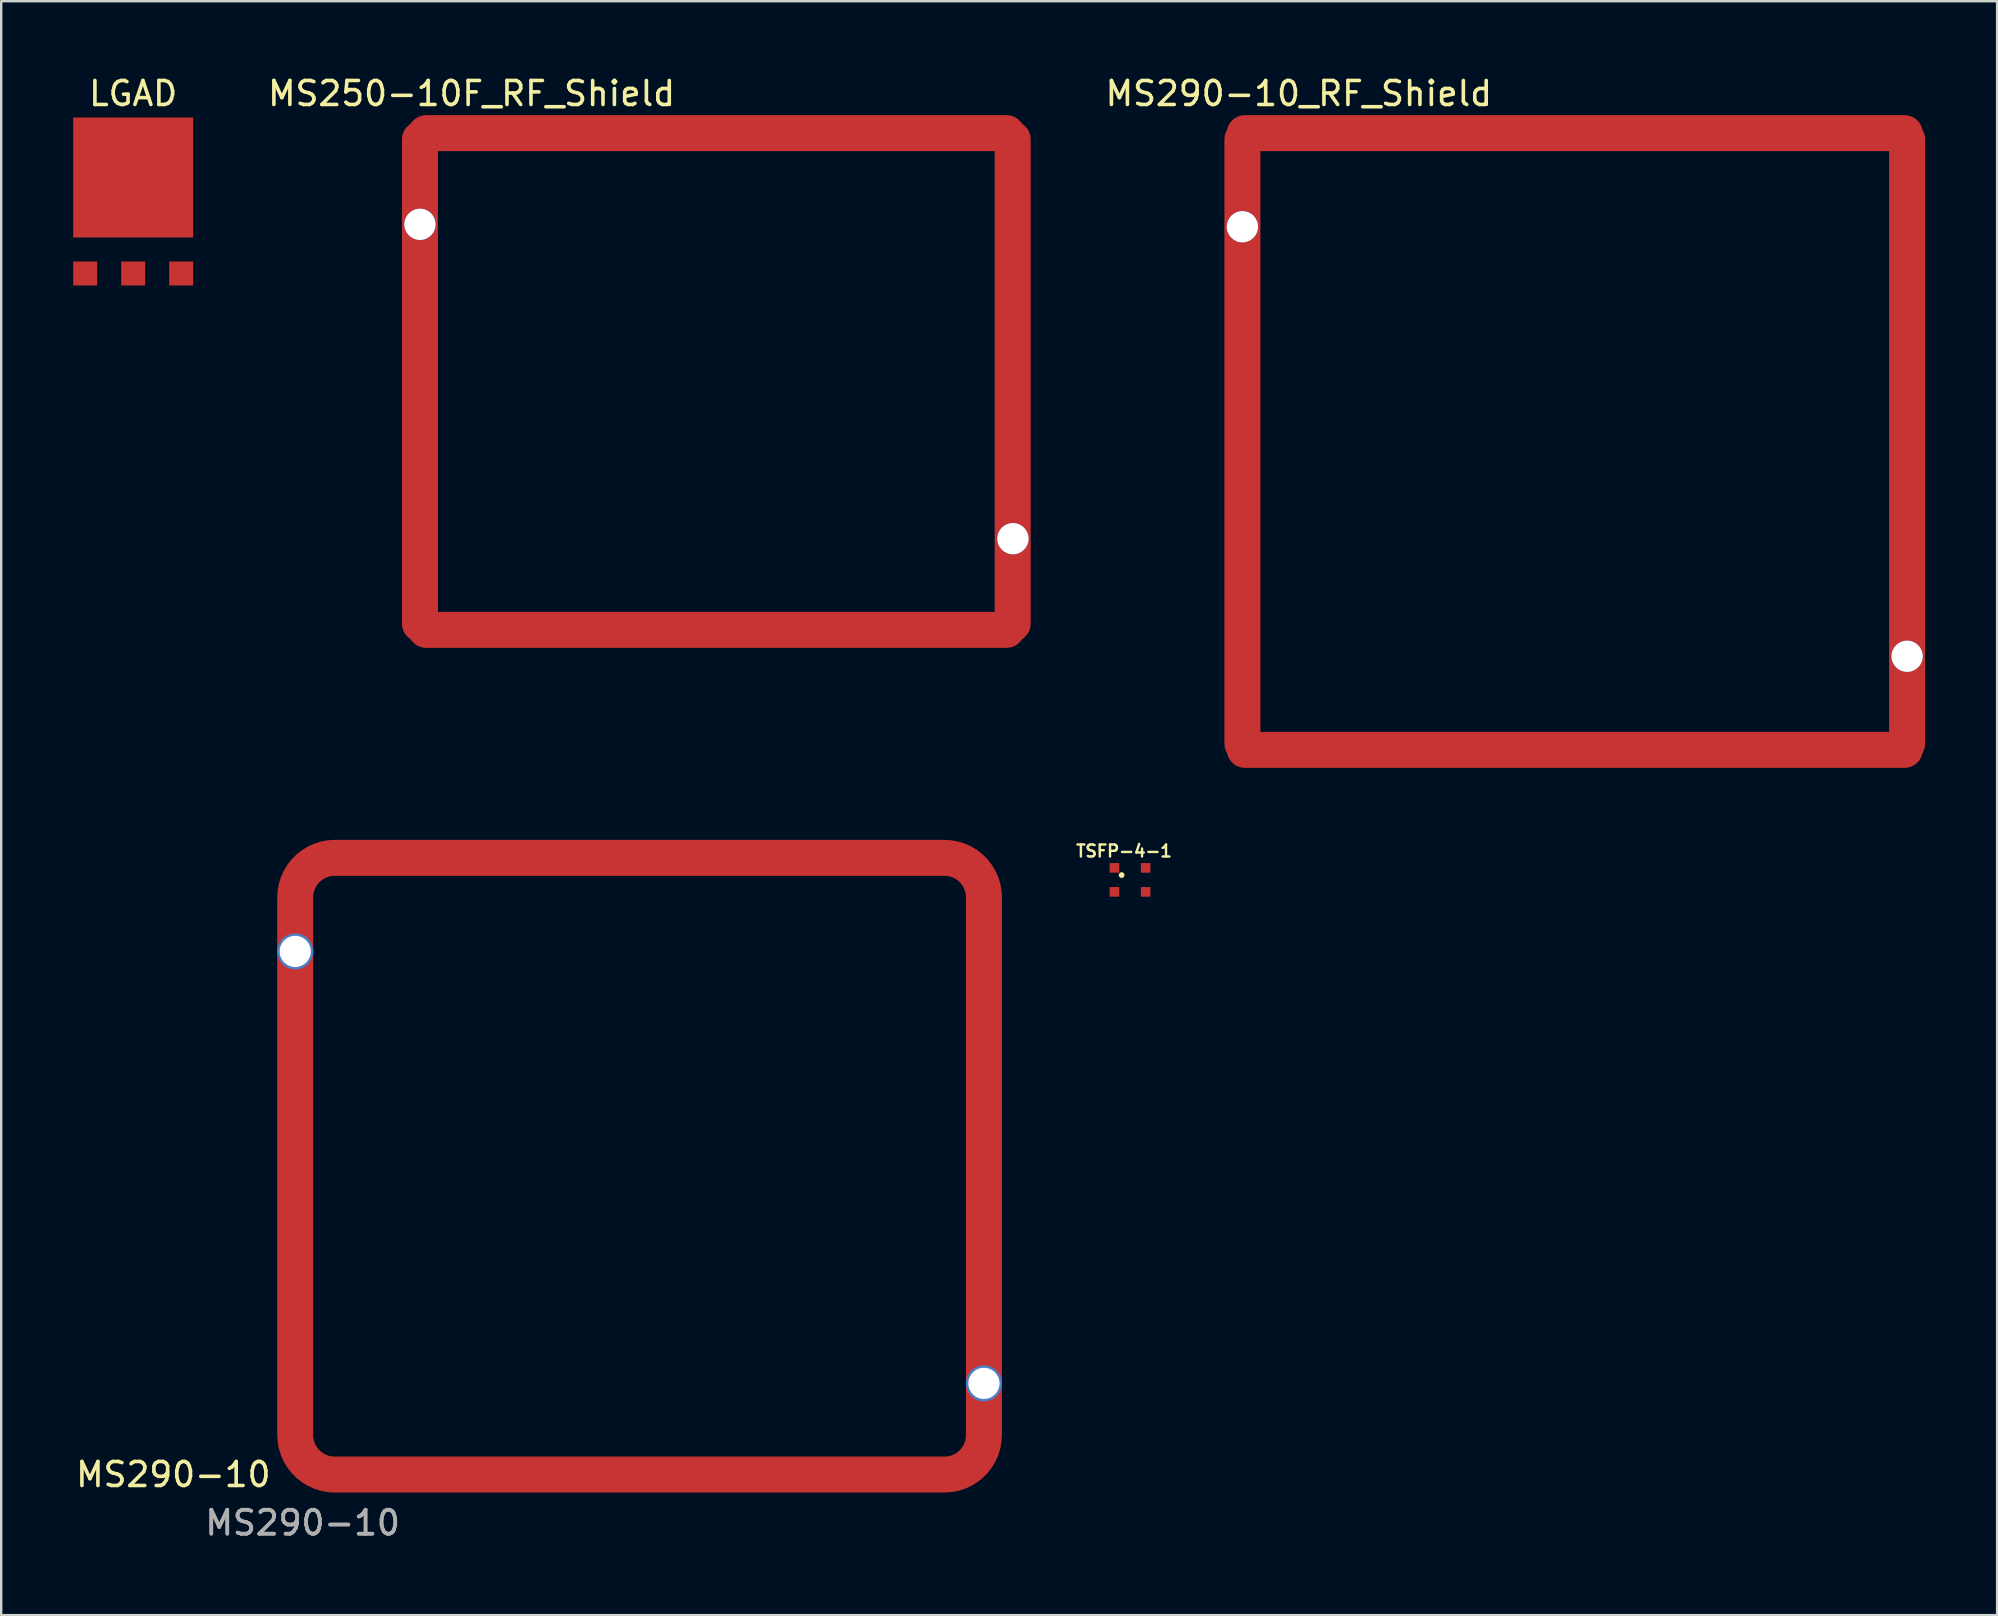
<source format=kicad_pcb>
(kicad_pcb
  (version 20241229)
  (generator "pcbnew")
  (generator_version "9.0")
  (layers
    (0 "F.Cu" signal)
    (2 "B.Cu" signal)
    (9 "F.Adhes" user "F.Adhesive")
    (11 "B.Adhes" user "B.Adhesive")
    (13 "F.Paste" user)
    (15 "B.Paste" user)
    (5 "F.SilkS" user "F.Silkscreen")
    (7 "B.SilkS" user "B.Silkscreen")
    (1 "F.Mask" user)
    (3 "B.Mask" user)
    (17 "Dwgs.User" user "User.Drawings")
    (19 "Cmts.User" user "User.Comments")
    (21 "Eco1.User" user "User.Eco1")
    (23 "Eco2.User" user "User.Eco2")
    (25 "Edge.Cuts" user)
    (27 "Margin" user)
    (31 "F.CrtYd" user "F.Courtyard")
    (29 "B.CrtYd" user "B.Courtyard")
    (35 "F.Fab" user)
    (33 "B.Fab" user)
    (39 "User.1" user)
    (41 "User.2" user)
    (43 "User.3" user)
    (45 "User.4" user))
  (footprint "TSFP-4-1"
    (layer "F.Cu")
    (at 43.391 33.116)
    (property "Reference" "TSFP-4-1" (at 0.4 -0.7 0) (layer "F.SilkS") (effects (font (size 0.5 0.5) (thickness 0.1))))
    (attr through_hole)
    (fp_circle (center 0.3 0.3) (end 0.36 0.3) (stroke (width 0.12) (type solid)) (fill no) (layer "F.SilkS"))
    (pad "1" smd rect (at 0 0) (size 0.4 0.4) (layers "F.Cu" "F.Mask" "F.Paste"))
    (pad "2" smd rect (at 0 1) (size 0.4 0.4) (layers "F.Cu" "F.Mask" "F.Paste"))
    (pad "3" smd rect (at 1.3 1) (size 0.4 0.4) (layers "F.Cu" "F.Mask" "F.Paste"))
    (pad "4" smd rect (at 1.3 0) (size 0.4 0.4) (layers "F.Cu" "F.Mask" "F.Paste")))
  (footprint "LGAD"
    (layer "F.Cu")
    (at 2.5 4.348)
    (property "Reference" "LGAD" (at 0 -3.5 0) (layer "F.SilkS") (effects (font (size 1 1) (thickness 0.15))))
    (attr through_hole)
    (pad "1" smd rect (at 0 4) (size 1 1) (layers "F.Cu" "F.Mask" "F.Paste"))
    (pad "2" smd rect (at -2 4) (size 1 1) (layers "F.Cu" "F.Mask" "F.Paste"))
    (pad "2" smd rect (at 2 4) (size 1 1) (layers "F.Cu" "F.Mask" "F.Paste"))
    (pad "3" smd rect (at 0 0) (size 5 5) (layers "F.Cu" "F.Mask" "F.Paste")))
  (footprint "MS250-10F_RF_Shield"
    (layer "F.Cu")
    (at 26.801 12.848)
    (property "Reference" "MS250-10F_RF_Shield" (at -10.2 -12 0) (layer "F.SilkS") (effects (font (size 1 1) (thickness 0.15))))
    (attr through_hole)
    (pad "1" thru_hole circle (at -12.35 -6.55) (size 1.3 1.3) (drill 1.3) (layers "*.Cu" "*.Mask"))
    (pad "1" smd roundrect (at -12.35 0) (size 1.5 21.7) (layers "F.Cu" "F.Mask" "F.Paste") (roundrect_rratio 0.5))
    (pad "1" smd roundrect (at 0 -10.35) (size 25.7 1.5) (layers "F.Cu" "F.Mask" "F.Paste") (roundrect_rratio 0.5))
    (pad "1" smd roundrect (at 0 10.35) (size 25.7 1.5) (layers "F.Cu" "F.Mask" "F.Paste") (roundrect_rratio 0.5))
    (pad "1" smd roundrect (at 12.35 0) (size 1.5 21.7) (layers "F.Cu" "F.Mask" "F.Paste") (roundrect_rratio 0.5))
    (pad "1" thru_hole circle (at 12.36 6.55) (size 1.3 1.3) (drill 1.3) (layers "*.Cu" "*.Mask")))
  (footprint "MS290-10_RF_Shield"
    (layer "F.Cu")
    (at 62.574 15.348)
    (property "Reference" "MS290-10_RF_Shield" (at -11.5 -14.5 0) (layer "F.SilkS") (effects (font (size 1 1) (thickness 0.15))))
    (attr through_hole)
    (pad "1" thru_hole circle (at -13.85 -8.95) (size 1.3 1.3) (drill 1.3) (layers "*.Cu" "*.Mask"))
    (pad "1" smd roundrect (at -13.85 0) (size 1.5 26.7) (layers "F.Cu" "F.Mask" "F.Paste") (roundrect_rratio 0.5))
    (pad "1" smd roundrect (at 0 -12.85) (size 29 1.5) (layers "F.Cu" "F.Mask" "F.Paste") (roundrect_rratio 0.5))
    (pad "1" smd roundrect (at 0 12.85) (size 29 1.5) (layers "F.Cu" "F.Mask" "F.Paste") (roundrect_rratio 0.5))
    (pad "1" smd roundrect (at 13.85 0) (size 1.5 26.7) (layers "F.Cu" "F.Mask" "F.Paste") (roundrect_rratio 0.5))
    (pad "1" thru_hole circle (at 13.85 8.95) (size 1.3 1.3) (drill 1.3) (layers "*.Cu" "*.Mask")))
  (footprint "MS290-10"
    (layer "F.Cu")
    (at 23.603 45.558)
    (property "Reference" "MS290-10" (at -19.43 12.84 0) (unlocked yes) (layer "F.SilkS") (effects (font (size 1 1) (thickness 0.15))))
    (attr through_hole)
    (fp_text user "${REFERENCE}" (at -14.039 14.85 0) (unlocked yes) (layer "F.Fab") (effects (font (size 1 1) (thickness 0.15))))
    (fp_text user "${REFERENCE}" (at -14.039 14.85 0) (unlocked yes) (layer "F.Fab") (effects (font (size 1 1) (thickness 0.15))))
    (pad "1" thru_hole circle (at -14.35 -8.96) (size 1.5 1.5) (drill 1.3) (layers "*.Cu" "*.Mask"))
    (pad "1" smd custom (at 14.35 8.99) (size 1.5 1.5) (layers "F.Cu" "F.Mask" "F.Paste") (options (anchor circle)) (primitives (gr_line (start 0 -20.2) (end 0 2.2) (width 1.5)) (gr_arc (start 0 2.2) (mid -0.480223 3.363666) (end -1.641359 3.849975) (width 1.5)) (gr_line (start -1.65 3.85) (end -27.05 3.85) (width 1.5)) (gr_arc (start -27.05 3.85) (mid -28.213666 3.369777) (end -28.699975 2.208641) (width 1.5)) (gr_line (start -28.7 2.2) (end -28.7 -20.2) (width 1.5)) (gr_arc (start -28.7 -20.2) (mid -28.219777 -21.363666) (end -27.058641 -21.849975) (width 1.5)) (gr_line (start -27.05 -21.85) (end -1.65 -21.85) (width 1.5)) (gr_arc (start -1.65 -21.85) (mid -0.486334 -21.369777) (end -0.000025 -20.208641) (width 1.5))))
    (pad "1" thru_hole circle (at 14.35 9.04) (size 1.5 1.5) (drill 1.3) (layers "*.Cu" "*.Mask")))
  (gr_rect
    (start -3 -3)
    (end 80.174 64.256)
    (stroke (width 0.1) (type default))
    (fill no)
    (layer "Edge.Cuts")))
</source>
